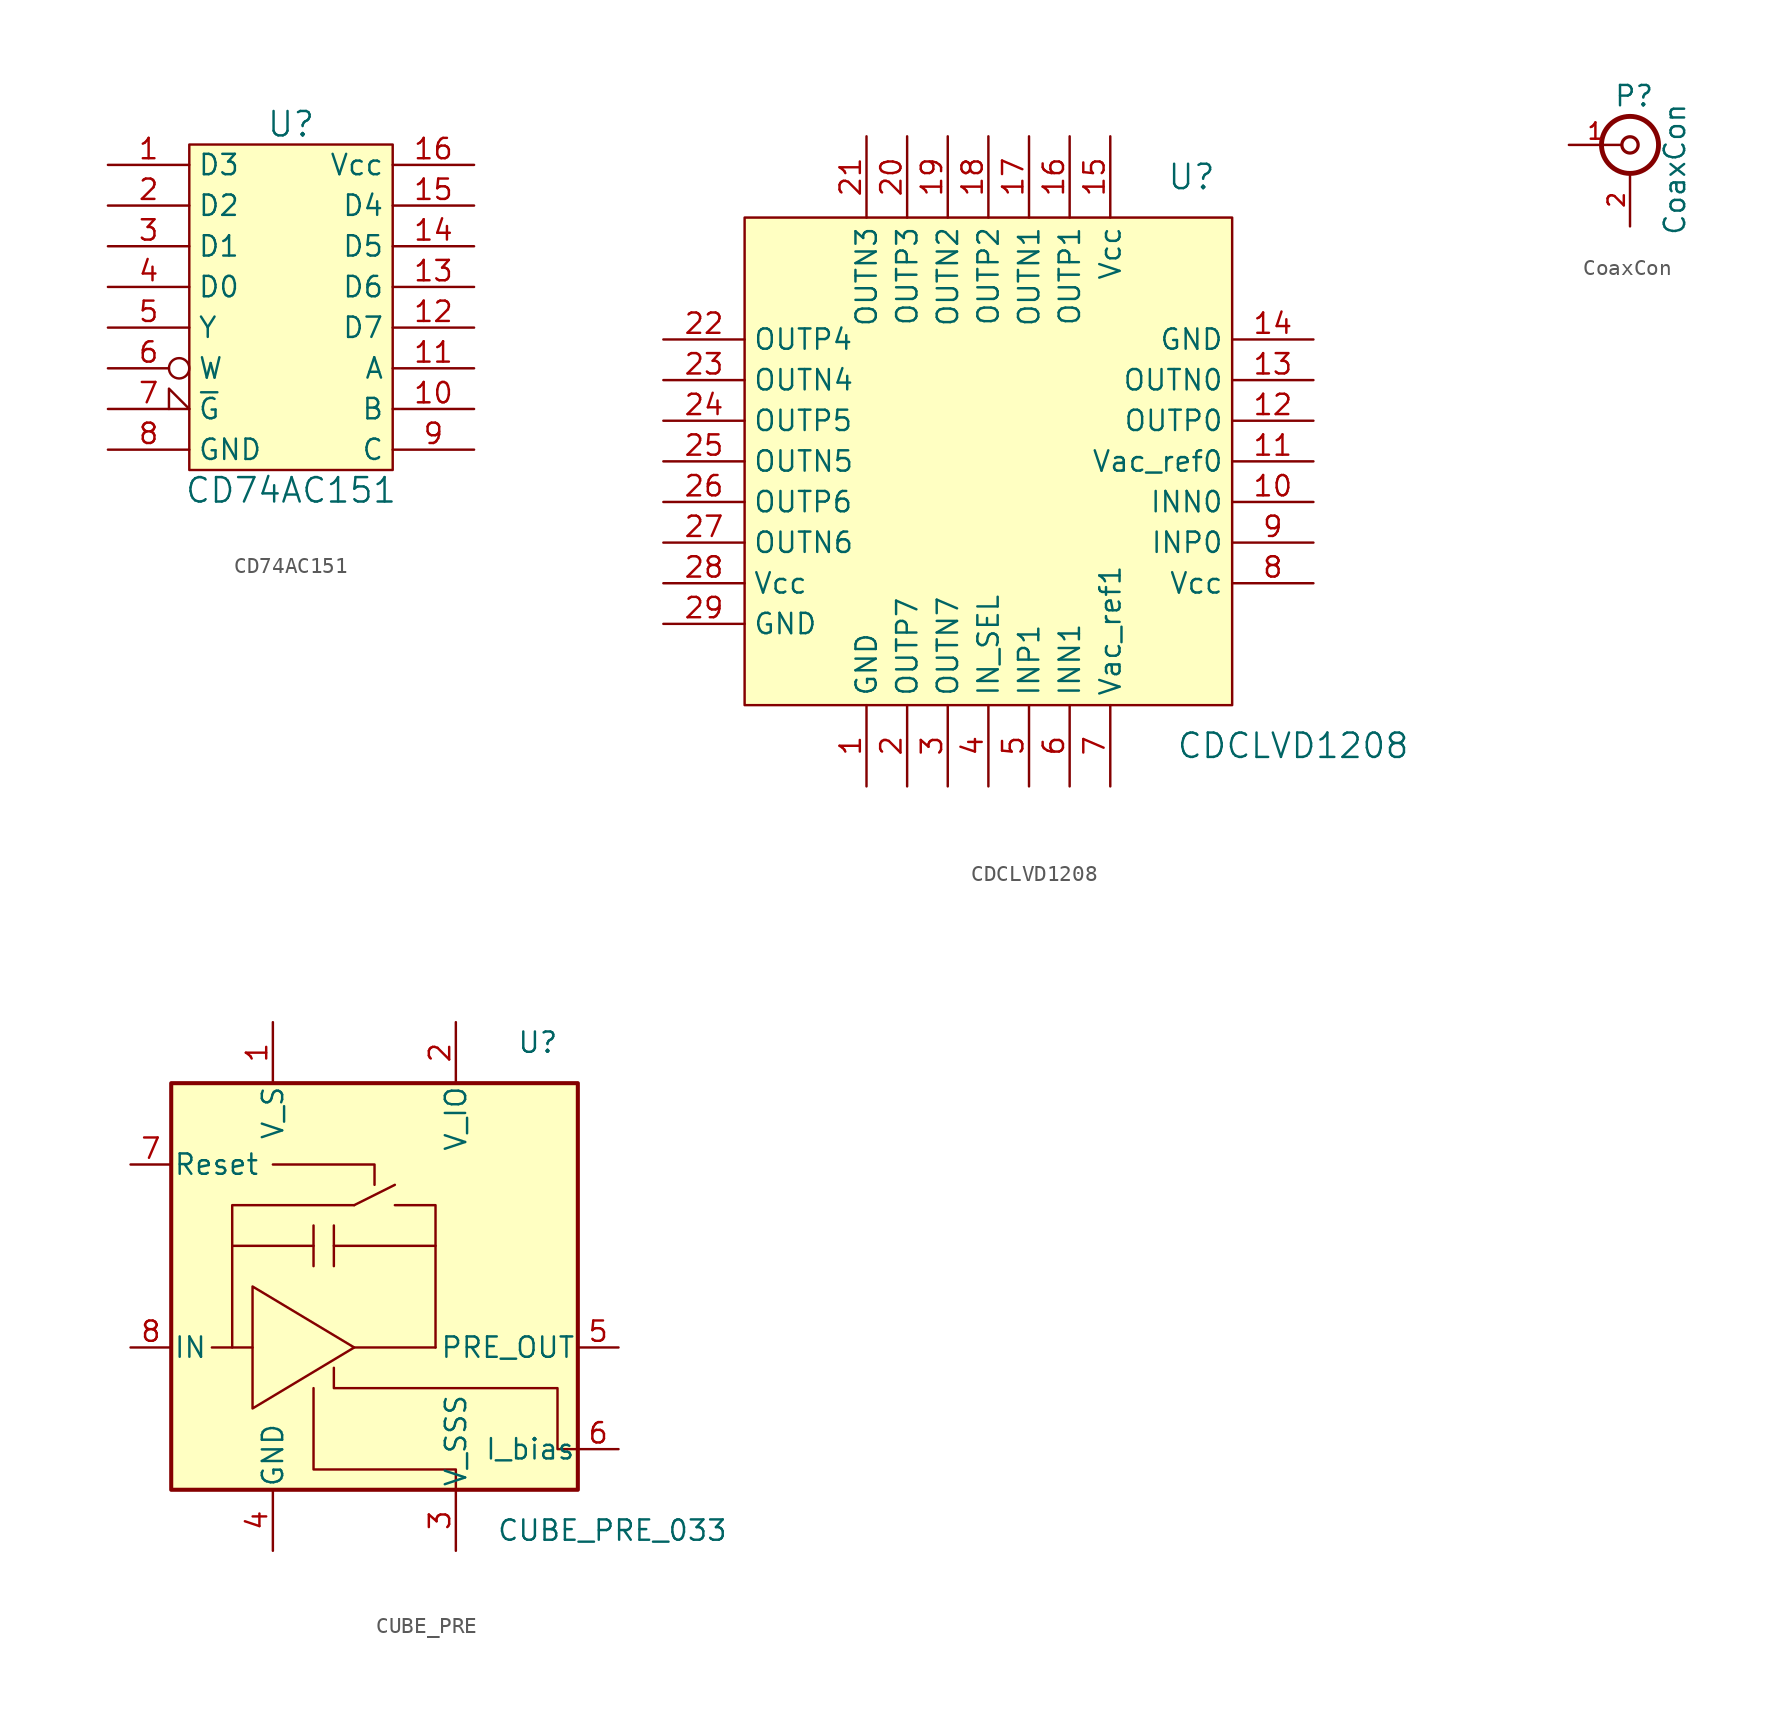
<source format=kicad_sym>
(kicad_symbol_lib
  (version 20241209)
  (generator "kicad_symbol_editor")
  (generator_version "9.0")
  (symbol "CD74AC151"
    (property "Reference" "U"
      (at 0 11.43 0)
      (effects (font (size 1.524 1.524))))
    (property "Value" "CD74AC151"
      (at 0 -11.43 0)
      (effects (font (size 1.524 1.524))))
    (property "Footprint" ""
      (at 0 1.27 0)
      (effects (font (size 1.524 1.524))))
    (property "Datasheet" ""
      (at 0 1.27 0)
      (effects (font (size 1.524 1.524))))
    (symbol "CD74AC151_0_1"
      (rectangle (start -6.35 10.16) (end 6.35 -10.16) (stroke (width 0) (type default)) (fill (type background))))
    (symbol "CD74AC151_1_1"
      (pin input line (at -11.43 8.89 0) (length 5.08) (name "D3" (effects (font (size 1.27 1.27)))) (number "1" (effects (font (size 1.27 1.27)))))
      (pin input line (at -11.43 6.35 0) (length 5.08) (name "D2" (effects (font (size 1.27 1.27)))) (number "2" (effects (font (size 1.27 1.27)))))
      (pin input line (at -11.43 3.81 0) (length 5.08) (name "D1" (effects (font (size 1.27 1.27)))) (number "3" (effects (font (size 1.27 1.27)))))
      (pin input line (at -11.43 1.27 0) (length 5.08) (name "D0" (effects (font (size 1.27 1.27)))) (number "4" (effects (font (size 1.27 1.27)))))
      (pin output line (at -11.43 -1.27 0) (length 5.08) (name "Y" (effects (font (size 1.27 1.27)))) (number "5" (effects (font (size 1.27 1.27)))))
      (pin output inverted (at -11.43 -3.81 0) (length 5.08) (name "W" (effects (font (size 1.27 1.27)))) (number "6" (effects (font (size 1.27 1.27)))))
      (pin input input_low (at -11.43 -6.35 0) (length 5.08) (name "~{G}" (effects (font (size 1.27 1.27)))) (number "7" (effects (font (size 1.27 1.27)))))
      (pin power_in line (at -11.43 -8.89 0) (length 5.08) (name "GND" (effects (font (size 1.27 1.27)))) (number "8" (effects (font (size 1.27 1.27)))))
      (pin power_in line (at 11.43 8.89 180) (length 5.08) (name "Vcc" (effects (font (size 1.27 1.27)))) (number "16" (effects (font (size 1.27 1.27)))))
      (pin input line (at 11.43 6.35 180) (length 5.08) (name "D4" (effects (font (size 1.27 1.27)))) (number "15" (effects (font (size 1.27 1.27)))))
      (pin input line (at 11.43 3.81 180) (length 5.08) (name "D5" (effects (font (size 1.27 1.27)))) (number "14" (effects (font (size 1.27 1.27)))))
      (pin input line (at 11.43 1.27 180) (length 5.08) (name "D6" (effects (font (size 1.27 1.27)))) (number "13" (effects (font (size 1.27 1.27)))))
      (pin input line (at 11.43 -1.27 180) (length 5.08) (name "D7" (effects (font (size 1.27 1.27)))) (number "12" (effects (font (size 1.27 1.27)))))
      (pin input line (at 11.43 -3.81 180) (length 5.08) (name "A" (effects (font (size 1.27 1.27)))) (number "11" (effects (font (size 1.27 1.27)))))
      (pin input line (at 11.43 -6.35 180) (length 5.08) (name "B" (effects (font (size 1.27 1.27)))) (number "10" (effects (font (size 1.27 1.27)))))
      (pin input line (at 11.43 -8.89 180) (length 5.08) (name "C" (effects (font (size 1.27 1.27)))) (number "9" (effects (font (size 1.27 1.27)))))))
  (symbol "CDCLVD1208"
    (property "Reference" "U"
      (at 12.7 17.78 0)
      (effects (font (size 1.524 1.524))))
    (property "Value" "CDCLVD1208"
      (at 19.05 -17.78 0)
      (effects (font (size 1.524 1.524))))
    (property "Footprint" ""
      (at 0 0 0)
      (effects (font (size 1.524 1.524))))
    (property "Datasheet" ""
      (at 0 0 0)
      (effects (font (size 1.524 1.524))))
    (symbol "CDCLVD1208_0_1"
      (rectangle (start -15.24 15.24) (end 15.24 -15.24) (stroke (width 0) (type default)) (fill (type background))))
    (symbol "CDCLVD1208_1_1"
      (pin output line (at -20.32 7.62 0) (length 5.08) (name "OUTP4" (effects (font (size 1.27 1.27)))) (number "22" (effects (font (size 1.27 1.27)))))
      (pin output line (at -20.32 5.08 0) (length 5.08) (name "OUTN4" (effects (font (size 1.27 1.27)))) (number "23" (effects (font (size 1.27 1.27)))))
      (pin output line (at -20.32 2.54 0) (length 5.08) (name "OUTP5" (effects (font (size 1.27 1.27)))) (number "24" (effects (font (size 1.27 1.27)))))
      (pin output line (at -20.32 0 0) (length 5.08) (name "OUTN5" (effects (font (size 1.27 1.27)))) (number "25" (effects (font (size 1.27 1.27)))))
      (pin output line (at -20.32 -2.54 0) (length 5.08) (name "OUTP6" (effects (font (size 1.27 1.27)))) (number "26" (effects (font (size 1.27 1.27)))))
      (pin output line (at -20.32 -5.08 0) (length 5.08) (name "OUTN6" (effects (font (size 1.27 1.27)))) (number "27" (effects (font (size 1.27 1.27)))))
      (pin power_in line (at -20.32 -7.62 0) (length 5.08) (name "Vcc" (effects (font (size 1.27 1.27)))) (number "28" (effects (font (size 1.27 1.27)))))
      (pin power_in line (at -20.32 -10.16 0) (length 5.08) (name "GND" (effects (font (size 1.27 1.27)))) (number "29" (effects (font (size 1.27 1.27)))))
      (pin output line (at -7.62 20.32 270) (length 5.08) (name "OUTN3" (effects (font (size 1.27 1.27)))) (number "21" (effects (font (size 1.27 1.27)))))
      (pin power_in line (at -7.62 -20.32 90) (length 5.08) (name "GND" (effects (font (size 1.27 1.27)))) (number "1" (effects (font (size 1.27 1.27)))))
      (pin output line (at -5.08 20.32 270) (length 5.08) (name "OUTP3" (effects (font (size 1.27 1.27)))) (number "20" (effects (font (size 1.27 1.27)))))
      (pin output line (at -5.08 -20.32 90) (length 5.08) (name "OUTP7" (effects (font (size 1.27 1.27)))) (number "2" (effects (font (size 1.27 1.27)))))
      (pin output line (at -2.54 20.32 270) (length 5.08) (name "OUTN2" (effects (font (size 1.27 1.27)))) (number "19" (effects (font (size 1.27 1.27)))))
      (pin output line (at -2.54 -20.32 90) (length 5.08) (name "OUTN7" (effects (font (size 1.27 1.27)))) (number "3" (effects (font (size 1.27 1.27)))))
      (pin output line (at 0 20.32 270) (length 5.08) (name "OUTP2" (effects (font (size 1.27 1.27)))) (number "18" (effects (font (size 1.27 1.27)))))
      (pin input line (at 0 -20.32 90) (length 5.08) (name "IN_SEL" (effects (font (size 1.27 1.27)))) (number "4" (effects (font (size 1.27 1.27)))))
      (pin output line (at 2.54 20.32 270) (length 5.08) (name "OUTN1" (effects (font (size 1.27 1.27)))) (number "17" (effects (font (size 1.27 1.27)))))
      (pin input line (at 2.54 -20.32 90) (length 5.08) (name "INP1" (effects (font (size 1.27 1.27)))) (number "5" (effects (font (size 1.27 1.27)))))
      (pin output line (at 5.08 20.32 270) (length 5.08) (name "OUTP1" (effects (font (size 1.27 1.27)))) (number "16" (effects (font (size 1.27 1.27)))))
      (pin input line (at 5.08 -20.32 90) (length 5.08) (name "INN1" (effects (font (size 1.27 1.27)))) (number "6" (effects (font (size 1.27 1.27)))))
      (pin power_in line (at 7.62 20.32 270) (length 5.08) (name "Vcc" (effects (font (size 1.27 1.27)))) (number "15" (effects (font (size 1.27 1.27)))))
      (pin output line (at 7.62 -20.32 90) (length 5.08) (name "Vac_ref1" (effects (font (size 1.27 1.27)))) (number "7" (effects (font (size 1.27 1.27)))))
      (pin power_in line (at 20.32 7.62 180) (length 5.08) (name "GND" (effects (font (size 1.27 1.27)))) (number "14" (effects (font (size 1.27 1.27)))))
      (pin output line (at 20.32 5.08 180) (length 5.08) (name "OUTN0" (effects (font (size 1.27 1.27)))) (number "13" (effects (font (size 1.27 1.27)))))
      (pin output line (at 20.32 2.54 180) (length 5.08) (name "OUTP0" (effects (font (size 1.27 1.27)))) (number "12" (effects (font (size 1.27 1.27)))))
      (pin output line (at 20.32 0 180) (length 5.08) (name "Vac_ref0" (effects (font (size 1.27 1.27)))) (number "11" (effects (font (size 1.27 1.27)))))
      (pin input line (at 20.32 -2.54 180) (length 5.08) (name "INN0" (effects (font (size 1.27 1.27)))) (number "10" (effects (font (size 1.27 1.27)))))
      (pin input line (at 20.32 -5.08 180) (length 5.08) (name "INP0" (effects (font (size 1.27 1.27)))) (number "9" (effects (font (size 1.27 1.27)))))
      (pin power_in line (at 20.32 -7.62 180) (length 5.08) (name "Vcc" (effects (font (size 1.27 1.27)))) (number "8" (effects (font (size 1.27 1.27)))))))
  (symbol "CoaxCon"
    (pin_names
      (hide yes))
    (property "Reference" "P"
      (at 0.254 3.048 0)
      (effects (font (size 1.27 1.27))))
    (property "Value" "CoaxCon"
      (at 2.794 -1.524 90)
      (effects (font (size 1.27 1.27))))
    (property "Footprint" ""
      (at 0 0 0)
      (effects (font (size 1.27 1.27))))
    (property "Datasheet" ""
      (at 0 0 0)
      (effects (font (size 1.27 1.27))))
    (symbol "CoaxCon_0_1"
      (circle (center 0 0) (radius 0.508) (stroke (width 0.203) (type default)) (fill (type none)))
      (circle (center 0 0) (radius 1.778) (stroke (width 0.305) (type default)) (fill (type none))))
    (symbol "CoaxCon_1_1"
      (pin passive line (at -3.81 0 0) (length 3.302) (name "In" (effects (font (size 1.016 1.016)))) (number "1" (effects (font (size 1.016 1.016)))))
      (pin passive line (at 0 -5.08 90) (length 3.302) (name "Ext" (effects (font (size 1.016 1.016)))) (number "2" (effects (font (size 1.016 1.016)))))))
  (symbol "CUBE_PRE"
    (pin_names
      (offset 0.127))
    (property "Reference" "U"
      (at 8.89 15.24 0)
      (effects (font (size 1.27 1.27)) (justify left)))
    (property "Value" "CUBE_PRE_033"
      (at 7.62 -15.24 0)
      (effects (font (size 1.27 1.27)) (justify left)))
    (symbol "CUBE_PRE_0_1"
      (rectangle (start -12.7 12.7) (end 12.7 -12.7) (stroke (width 0.254) (type default)) (fill (type background)))
      (polyline (pts (xy -7.62 0) (xy -7.62 -7.62) (xy -1.27 -3.81) (xy -7.62 0)) (stroke (width 0) (type default)) (fill (type none)))
      (polyline (pts (xy -7.62 -3.81) (xy -10.16 -3.81)) (stroke (width 0) (type default)) (fill (type none)))
      (polyline (pts (xy -6.35 7.62) (xy 0 7.62) (xy 0 6.35)) (stroke (width 0) (type default)) (fill (type none)))
      (polyline (pts (xy -3.81 3.81) (xy -3.81 1.27)) (stroke (width 0) (type default)) (fill (type none)))
      (polyline (pts (xy -3.81 2.54) (xy -8.89 2.54)) (stroke (width 0) (type default)) (fill (type none)))
      (polyline (pts (xy -3.81 -6.35) (xy -3.81 -11.43) (xy 5.08 -11.43) (xy 5.08 -12.7)) (stroke (width 0) (type default)) (fill (type none)))
      (polyline (pts (xy -2.54 3.81) (xy -2.54 1.27)) (stroke (width 0) (type default)) (fill (type none)))
      (polyline (pts (xy -2.54 2.54) (xy 3.81 2.54)) (stroke (width 0) (type default)) (fill (type none)))
      (polyline (pts (xy -2.54 -5.08) (xy -2.54 -6.35) (xy 11.43 -6.35) (xy 11.43 -10.16) (xy 12.7 -10.16)) (stroke (width 0) (type default)) (fill (type none)))
      (polyline (pts (xy -1.27 5.08) (xy 1.27 6.35)) (stroke (width 0) (type default)) (fill (type none)))
      (polyline (pts (xy -1.27 5.08) (xy -8.89 5.08) (xy -8.89 -3.81)) (stroke (width 0) (type default)) (fill (type none)))
      (polyline (pts (xy -1.27 -3.81) (xy 3.81 -3.81)) (stroke (width 0) (type default)) (fill (type none)))
      (polyline (pts (xy 1.27 5.08) (xy 3.81 5.08) (xy 3.81 -3.81)) (stroke (width 0) (type default)) (fill (type none))))
    (symbol "CUBE_PRE_1_1"
      (pin input line (at -15.24 7.62 0) (length 2.54) (name "Reset" (effects (font (size 1.27 1.27)))) (number "7" (effects (font (size 1.27 1.27)))))
      (pin input line (at -15.24 -3.81 0) (length 2.54) (name "IN" (effects (font (size 1.27 1.27)))) (number "8" (effects (font (size 1.27 1.27)))))
      (pin power_in line (at -6.35 16.51 270) (length 3.81) (name "V_S" (effects (font (size 1.27 1.27)))) (number "1" (effects (font (size 1.27 1.27)))))
      (pin power_in line (at -6.35 -16.51 90) (length 3.81) (hide yes) (name "GND" (effects (font (size 1.27 1.27)))) (number "0" (effects (font (size 1.27 1.27)))))
      (pin power_in line (at -6.35 -16.51 90) (length 3.81) (name "GND" (effects (font (size 1.27 1.27)))) (number "4" (effects (font (size 1.27 1.27)))))
      (pin power_in line (at 5.08 16.51 270) (length 3.81) (name "V_IO" (effects (font (size 1.27 1.27)))) (number "2" (effects (font (size 1.27 1.27)))))
      (pin power_in line (at 5.08 -16.51 90) (length 3.81) (name "V_SSS" (effects (font (size 1.27 1.27)))) (number "3" (effects (font (size 1.27 1.27)))))
      (pin output line (at 15.24 -3.81 180) (length 2.54) (name "PRE_OUT" (effects (font (size 1.27 1.27)))) (number "5" (effects (font (size 1.27 1.27)))))
      (pin input line (at 15.24 -10.16 180) (length 2.54) (name "I_bias" (effects (font (size 1.27 1.27)))) (number "6" (effects (font (size 1.27 1.27))))))))
</source>
